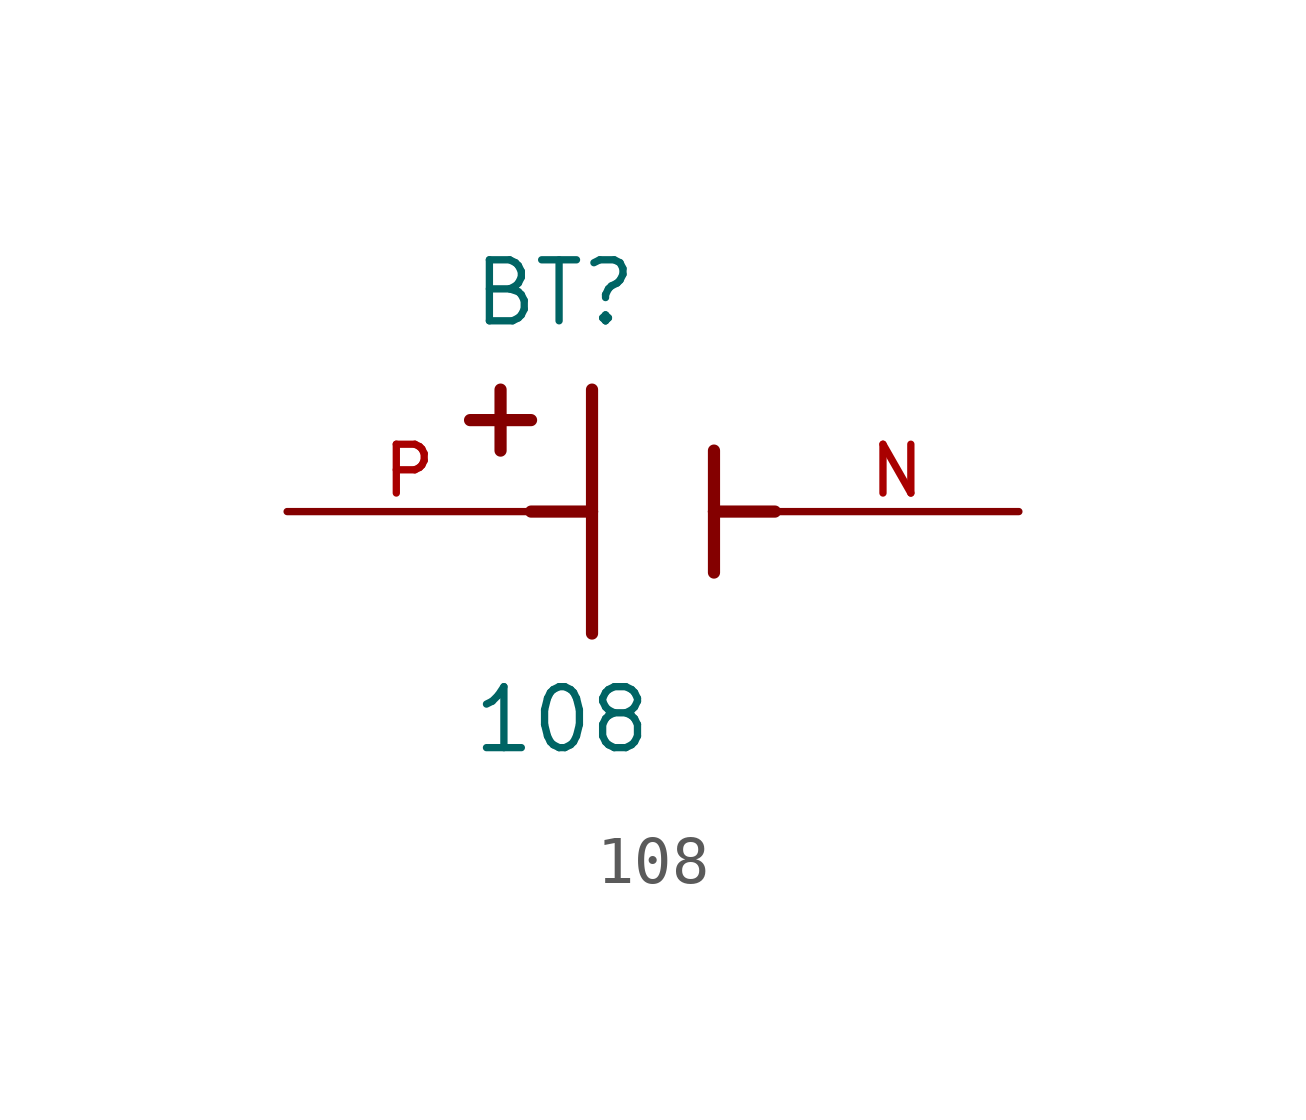
<source format=kicad_sym>
(kicad_symbol_lib
  (version 20211014)
  (generator kicad_symbol_editor)
  (symbol "108"
    (pin_names
      (offset 1.016))
    (property "Reference" "BT"
      (at -3.81 3.81 0)
      (effects (font (size 1.27 1.27)) (justify bottom left)))
    (property "Value" "108"
      (at -3.81 -5.08 0)
      (effects (font (size 1.27 1.27)) (justify bottom left)))
    (symbol "108_0_0"
      (polyline (pts (xy -1.27 2.54) (xy -1.27 0.0)) (stroke (width 0.254)))
      (polyline (pts (xy -1.27 0.0) (xy -1.27 -2.54)) (stroke (width 0.254)))
      (polyline (pts (xy 1.27 1.27) (xy 1.27 0.0)) (stroke (width 0.254)))
      (polyline (pts (xy 1.27 0.0) (xy 1.27 -1.27)) (stroke (width 0.254)))
      (polyline (pts (xy -1.27 0.0) (xy -2.54 0.0)) (stroke (width 0.254)))
      (polyline (pts (xy 1.27 0.0) (xy 2.54 0.0)) (stroke (width 0.254)))
      (polyline (pts (xy -3.175 2.54) (xy -3.175 1.27)) (stroke (width 0.254)))
      (polyline (pts (xy -3.81 1.905) (xy -2.54 1.905)) (stroke (width 0.254)))
      (pin passive line (at -7.62 0.0 0) (length 5.08) (name "~" (effects (font (size 1.016 1.016)))) (number "P" (effects (font (size 1.016 1.016)))))
      (pin passive line (at 7.62 0.0 180.0) (length 5.08) (name "~" (effects (font (size 1.016 1.016)))) (number "N" (effects (font (size 1.016 1.016))))))))
</source>
